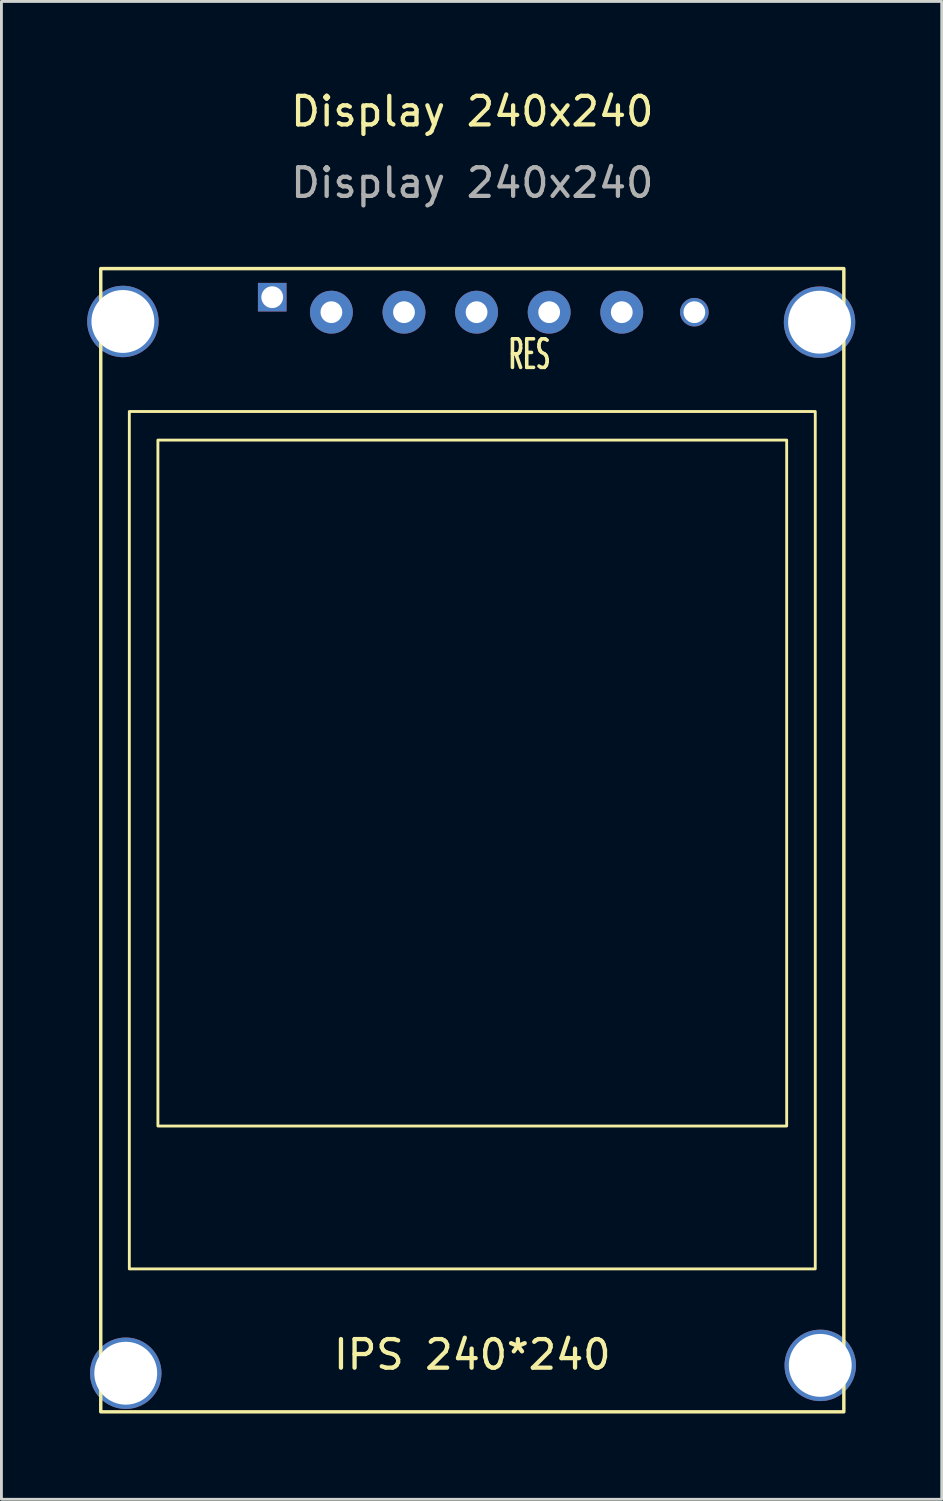
<source format=kicad_pcb>
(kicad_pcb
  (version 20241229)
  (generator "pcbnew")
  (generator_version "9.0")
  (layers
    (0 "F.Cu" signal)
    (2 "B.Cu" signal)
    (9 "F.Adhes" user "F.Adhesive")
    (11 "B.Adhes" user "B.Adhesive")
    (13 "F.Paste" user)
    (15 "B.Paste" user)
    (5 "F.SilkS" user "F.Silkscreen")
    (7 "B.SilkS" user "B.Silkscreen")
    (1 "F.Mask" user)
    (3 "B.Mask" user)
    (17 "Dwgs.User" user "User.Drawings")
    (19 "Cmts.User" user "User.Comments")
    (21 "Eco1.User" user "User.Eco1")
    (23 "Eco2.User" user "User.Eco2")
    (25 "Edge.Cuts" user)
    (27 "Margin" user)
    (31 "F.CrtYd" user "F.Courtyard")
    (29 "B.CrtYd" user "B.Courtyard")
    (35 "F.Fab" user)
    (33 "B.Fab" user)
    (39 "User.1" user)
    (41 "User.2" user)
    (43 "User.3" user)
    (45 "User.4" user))
  (footprint "Display 240x240"
    (layer "F.Cu")
    (at 13.475 1.348)
    (property "Reference" "Display 240x240" (at 0 -0.5 0) (unlocked yes) (layer "F.SilkS") (effects (font (size 1 1) (thickness 0.15))))
    (fp_rect (start -13 5) (end 13 45) (stroke (width 0.12) (type solid)) (fill no) (layer "F.SilkS"))
    (fp_rect (start -12 10) (end 12 40) (stroke (width 0.1) (type solid)) (fill no) (layer "F.SilkS"))
    (fp_rect (start -11 11) (end 11 35) (stroke (width 0.1) (type solid)) (fill no) (layer "F.SilkS"))
    (fp_text user "IPS 240*240" (at 0 43 0) (unlocked yes) (layer "F.SilkS") (effects (font (size 1 1) (thickness 0.15))))
    (fp_text user "SDA" (at 0 8 0) (unlocked yes) (layer "F.SilkS") (effects (font (size 1 0.001) (thickness 0.15))))
    (fp_text user "DC" (at 5 8 0) (unlocked yes) (layer "F.SilkS") (effects (font (size 1 0.001) (thickness 0.15))))
    (fp_text user "SCL" (at -2 8 0) (unlocked yes) (layer "F.SilkS") (effects (font (size 1 0.001) (thickness 0.15))))
    (fp_text user "BLK" (at 7 8 0) (unlocked yes) (layer "F.SilkS") (effects (font (size 1 0.001) (thickness 0.15))))
    (fp_text user "GND" (at -7 8 0) (unlocked yes) (layer "F.SilkS") (effects (font (size 1 0.001) (thickness 0.15))))
    (fp_text user "RES" (at 2 8 0) (unlocked yes) (layer "F.SilkS") (effects (font (size 1 0.5) (thickness 0.125))))
    (fp_text user "VCC" (at -4 8 0) (unlocked yes) (layer "F.SilkS") (effects (font (size 1 0.001) (thickness 0.15))))
    (fp_text user "${REFERENCE}" (at 0 2 0) (unlocked yes) (layer "F.Fab") (effects (font (size 1 1) (thickness 0.15))))
    (pad "" thru_hole custom (at -7 6) (size 1 1) (drill 0.762) (layers "*.Cu" "*.Mask") (options (anchor rect)) (primitives))
    (pad "" thru_hole circle (at -4.93 6.525) (size 1.5 1.5) (drill 0.762) (layers "*.Cu" "*.Mask"))
    (pad "" thru_hole circle (at -2.39 6.525) (size 1.5 1.5) (drill 0.762) (layers "*.Cu" "*.Mask"))
    (pad "" thru_hole circle (at 0.15 6.525) (size 1.5 1.5) (drill 0.762) (layers "*.Cu" "*.Mask"))
    (pad "" thru_hole circle (at 2.69 6.525) (size 1.5 1.5) (drill 0.762) (layers "*.Cu" "*.Mask"))
    (pad "" thru_hole circle (at 5.23 6.525) (size 1.5 1.5) (drill 0.762) (layers "*.Cu" "*.Mask"))
    (pad "" thru_hole circle (at 7.77 6.525) (size 1 1) (drill 0.762) (layers "*.Cu" "*.Mask"))
    (pad "1" thru_hole circle (at -12.225 6.85) (size 2.5 2.5) (drill 2.2) (layers "*.Cu" "*.Mask"))
    (pad "2" thru_hole circle (at 12.15 6.875) (size 2.5 2.5) (drill 2.2) (layers "*.Cu" "*.Mask"))
    (pad "3" thru_hole circle (at -12.125 43.65) (size 2.5 2.5) (drill 2.2) (layers "*.Cu" "*.Mask"))
    (pad "4" thru_hole circle (at 12.175 43.375) (size 2.5 2.5) (drill 2.2) (layers "*.Cu" "*.Mask")))
  (gr_rect
    (start -3 -3)
    (end 29.9 49.408)
    (stroke (width 0.1) (type default))
    (fill no)
    (layer "Edge.Cuts")))
</source>
